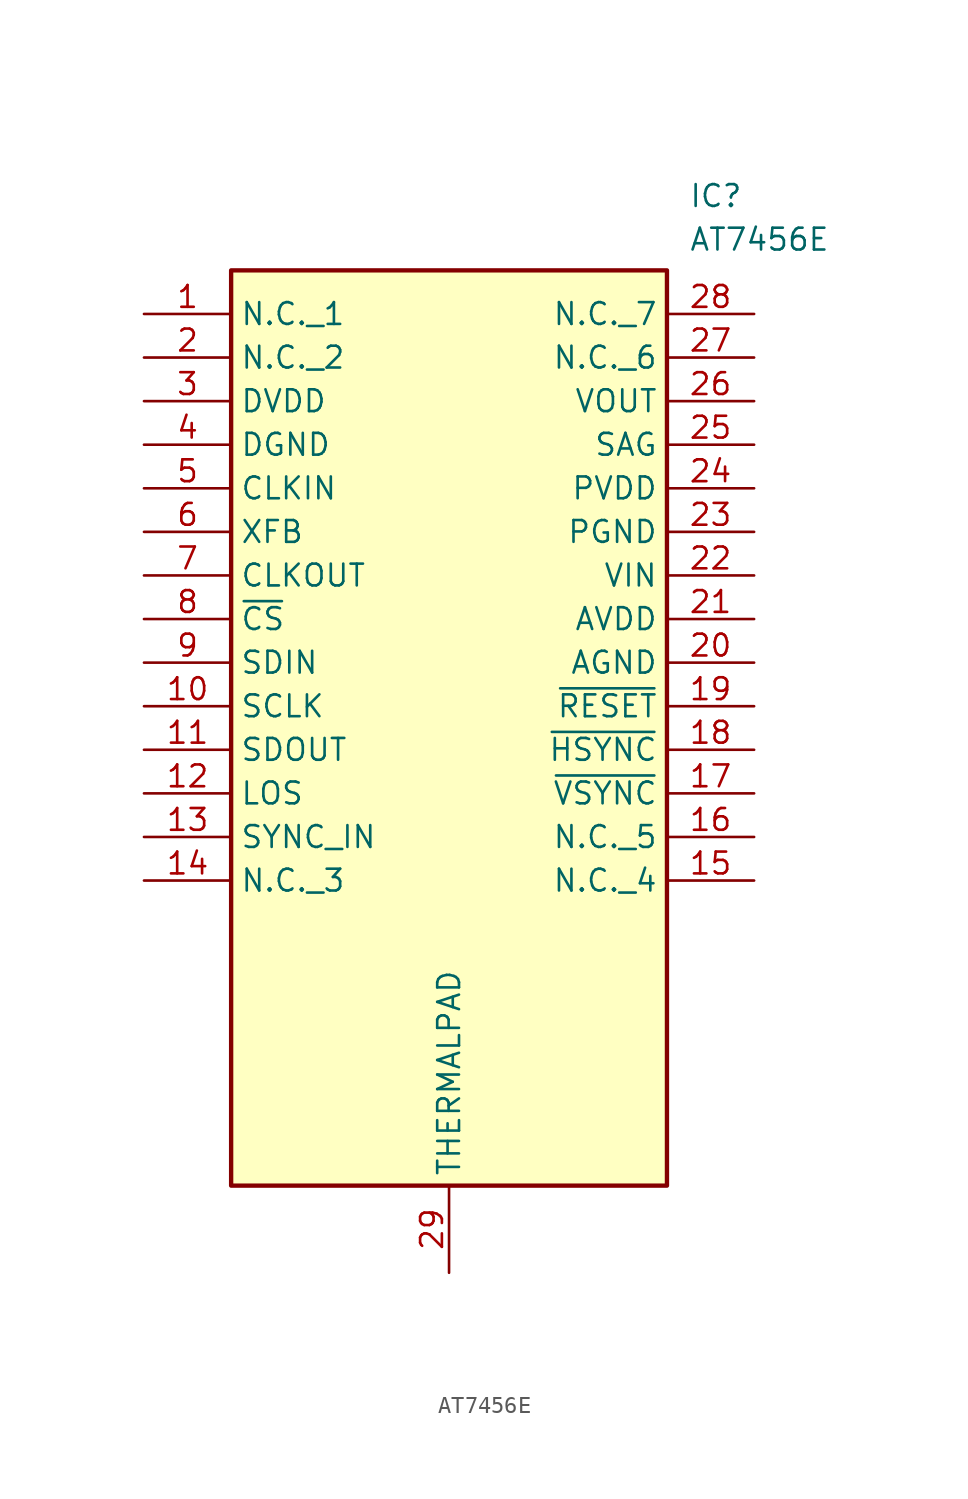
<source format=kicad_sym>
(kicad_symbol_lib
  (version 20211014)
  (generator SamacSys_ECAD_Model)
  (symbol "AT7456E"
    (property "Reference" "IC"
      (at 31.75 7.62 0)
      (effects (font (size 1.27 1.27)) (justify left top)))
    (property "Value" "AT7456E"
      (at 31.75 5.08 0)
      (effects (font (size 1.27 1.27)) (justify left top)))
    (rectangle
      (start 5.08 2.54)
      (end 30.48 -50.8)
      (stroke (width 0.254) (type default))
      (fill (type background)))
    (pin passive line
      (at 0 0 0)
      (length 5.08)
      (name "N.C._1" (effects (font (size 1.27 1.27))))
      (number "1" (effects (font (size 1.27 1.27)))))
    (pin passive line
      (at 0 -2.54 0)
      (length 5.08)
      (name "N.C._2" (effects (font (size 1.27 1.27))))
      (number "2" (effects (font (size 1.27 1.27)))))
    (pin passive line
      (at 0 -5.08 0)
      (length 5.08)
      (name "DVDD" (effects (font (size 1.27 1.27))))
      (number "3" (effects (font (size 1.27 1.27)))))
    (pin passive line
      (at 0 -7.62 0)
      (length 5.08)
      (name "DGND" (effects (font (size 1.27 1.27))))
      (number "4" (effects (font (size 1.27 1.27)))))
    (pin passive line
      (at 0 -10.16 0)
      (length 5.08)
      (name "CLKIN" (effects (font (size 1.27 1.27))))
      (number "5" (effects (font (size 1.27 1.27)))))
    (pin passive line
      (at 0 -12.7 0)
      (length 5.08)
      (name "XFB" (effects (font (size 1.27 1.27))))
      (number "6" (effects (font (size 1.27 1.27)))))
    (pin passive line
      (at 0 -15.24 0)
      (length 5.08)
      (name "CLKOUT" (effects (font (size 1.27 1.27))))
      (number "7" (effects (font (size 1.27 1.27)))))
    (pin passive line
      (at 0 -17.78 0)
      (length 5.08)
      (name "~{CS}" (effects (font (size 1.27 1.27))))
      (number "8" (effects (font (size 1.27 1.27)))))
    (pin passive line
      (at 0 -20.32 0)
      (length 5.08)
      (name "SDIN" (effects (font (size 1.27 1.27))))
      (number "9" (effects (font (size 1.27 1.27)))))
    (pin passive line
      (at 0 -22.86 0)
      (length 5.08)
      (name "SCLK" (effects (font (size 1.27 1.27))))
      (number "10" (effects (font (size 1.27 1.27)))))
    (pin passive line
      (at 0 -25.4 0)
      (length 5.08)
      (name "SDOUT" (effects (font (size 1.27 1.27))))
      (number "11" (effects (font (size 1.27 1.27)))))
    (pin passive line
      (at 0 -27.94 0)
      (length 5.08)
      (name "LOS" (effects (font (size 1.27 1.27))))
      (number "12" (effects (font (size 1.27 1.27)))))
    (pin passive line
      (at 0 -30.48 0)
      (length 5.08)
      (name "SYNC_IN" (effects (font (size 1.27 1.27))))
      (number "13" (effects (font (size 1.27 1.27)))))
    (pin passive line
      (at 0 -33.02 0)
      (length 5.08)
      (name "N.C._3" (effects (font (size 1.27 1.27))))
      (number "14" (effects (font (size 1.27 1.27)))))
    (pin passive line
      (at 17.78 -55.88 90)
      (length 5.08)
      (name "THERMALPAD" (effects (font (size 1.27 1.27))))
      (number "29" (effects (font (size 1.27 1.27)))))
    (pin passive line
      (at 35.56 0 180)
      (length 5.08)
      (name "N.C._7" (effects (font (size 1.27 1.27))))
      (number "28" (effects (font (size 1.27 1.27)))))
    (pin passive line
      (at 35.56 -2.54 180)
      (length 5.08)
      (name "N.C._6" (effects (font (size 1.27 1.27))))
      (number "27" (effects (font (size 1.27 1.27)))))
    (pin passive line
      (at 35.56 -5.08 180)
      (length 5.08)
      (name "VOUT" (effects (font (size 1.27 1.27))))
      (number "26" (effects (font (size 1.27 1.27)))))
    (pin passive line
      (at 35.56 -7.62 180)
      (length 5.08)
      (name "SAG" (effects (font (size 1.27 1.27))))
      (number "25" (effects (font (size 1.27 1.27)))))
    (pin passive line
      (at 35.56 -10.16 180)
      (length 5.08)
      (name "PVDD" (effects (font (size 1.27 1.27))))
      (number "24" (effects (font (size 1.27 1.27)))))
    (pin passive line
      (at 35.56 -12.7 180)
      (length 5.08)
      (name "PGND" (effects (font (size 1.27 1.27))))
      (number "23" (effects (font (size 1.27 1.27)))))
    (pin passive line
      (at 35.56 -15.24 180)
      (length 5.08)
      (name "VIN" (effects (font (size 1.27 1.27))))
      (number "22" (effects (font (size 1.27 1.27)))))
    (pin passive line
      (at 35.56 -17.78 180)
      (length 5.08)
      (name "AVDD" (effects (font (size 1.27 1.27))))
      (number "21" (effects (font (size 1.27 1.27)))))
    (pin passive line
      (at 35.56 -20.32 180)
      (length 5.08)
      (name "AGND" (effects (font (size 1.27 1.27))))
      (number "20" (effects (font (size 1.27 1.27)))))
    (pin passive line
      (at 35.56 -22.86 180)
      (length 5.08)
      (name "~{RESET}" (effects (font (size 1.27 1.27))))
      (number "19" (effects (font (size 1.27 1.27)))))
    (pin passive line
      (at 35.56 -25.4 180)
      (length 5.08)
      (name "~{HSYNC}" (effects (font (size 1.27 1.27))))
      (number "18" (effects (font (size 1.27 1.27)))))
    (pin passive line
      (at 35.56 -27.94 180)
      (length 5.08)
      (name "~{VSYNC}" (effects (font (size 1.27 1.27))))
      (number "17" (effects (font (size 1.27 1.27)))))
    (pin passive line
      (at 35.56 -30.48 180)
      (length 5.08)
      (name "N.C._5" (effects (font (size 1.27 1.27))))
      (number "16" (effects (font (size 1.27 1.27)))))
    (pin passive line
      (at 35.56 -33.02 180)
      (length 5.08)
      (name "N.C._4" (effects (font (size 1.27 1.27))))
      (number "15" (effects (font (size 1.27 1.27)))))))
</source>
